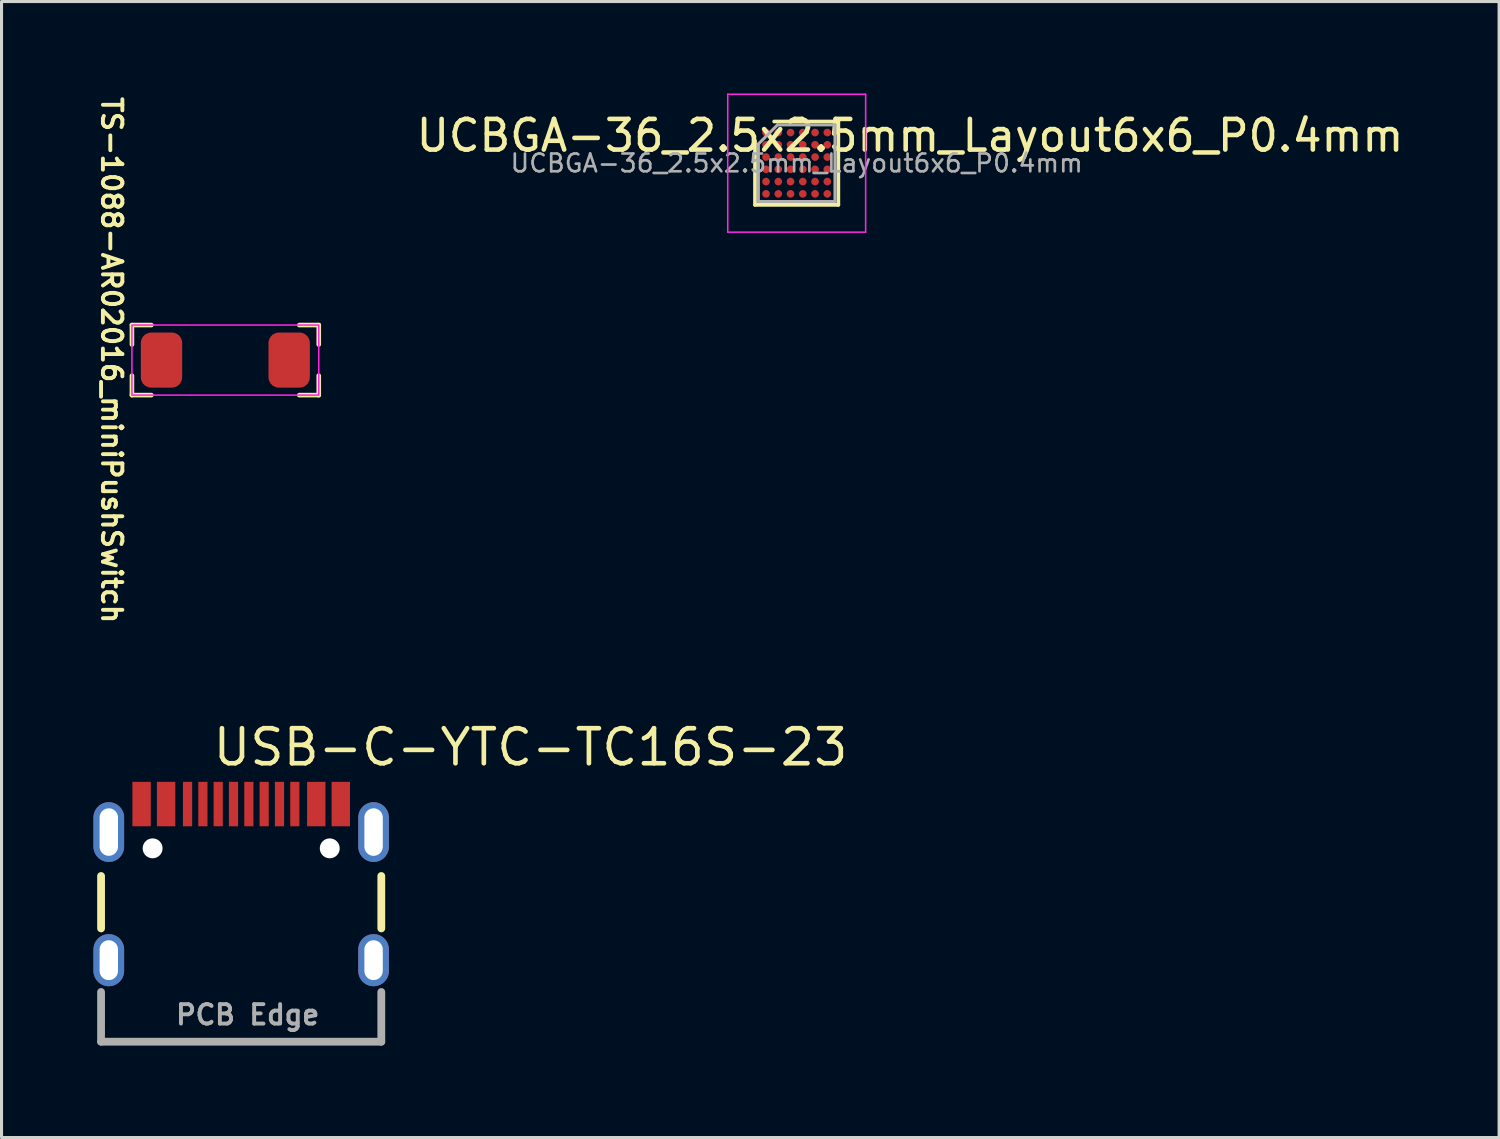
<source format=kicad_pcb>
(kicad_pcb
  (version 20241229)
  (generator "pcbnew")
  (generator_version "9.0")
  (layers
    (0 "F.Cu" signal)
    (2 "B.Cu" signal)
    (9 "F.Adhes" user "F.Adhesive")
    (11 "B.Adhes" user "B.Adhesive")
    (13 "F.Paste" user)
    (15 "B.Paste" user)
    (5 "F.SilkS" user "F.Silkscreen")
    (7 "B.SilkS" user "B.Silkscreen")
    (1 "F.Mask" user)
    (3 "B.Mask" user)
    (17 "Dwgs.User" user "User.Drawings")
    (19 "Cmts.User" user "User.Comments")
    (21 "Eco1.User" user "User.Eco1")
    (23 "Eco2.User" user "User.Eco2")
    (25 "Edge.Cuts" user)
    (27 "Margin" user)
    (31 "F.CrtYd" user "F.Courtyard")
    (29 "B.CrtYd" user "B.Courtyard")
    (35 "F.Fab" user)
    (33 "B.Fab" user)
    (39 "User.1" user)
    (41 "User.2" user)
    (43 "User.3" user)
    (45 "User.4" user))
  (footprint "UCBGA-36_2.5x2.5mm_Layout6x6_P0.4mm"
    (layer "F.Cu")
    (at 22.946 2.275)
    (property "Reference" "UCBGA-36_2.5x2.5mm_Layout6x6_P0.4mm" (at 3.7 -0.9 0) (unlocked yes) (layer "F.SilkS") (effects (font (size 1 1) (thickness 0.15))))
    (attr smd)
    (fp_line (start -1.36 1.36) (end -1.36 -0.735) (stroke (width 0.12) (type solid)) (layer "F.SilkS"))
    (fp_line (start -0.735 -1.36) (end 1.36 -1.36) (stroke (width 0.12) (type solid)) (layer "F.SilkS"))
    (fp_line (start 1.36 -1.36) (end 1.36 1.36) (stroke (width 0.12) (type solid)) (layer "F.SilkS"))
    (fp_line (start 1.36 1.36) (end -1.36 1.36) (stroke (width 0.12) (type solid)) (layer "F.SilkS"))
    (fp_line (start -2.25 -2.25) (end -2.25 2.25) (stroke (width 0.05) (type solid)) (layer "F.CrtYd"))
    (fp_line (start -2.25 2.25) (end 2.25 2.25) (stroke (width 0.05) (type solid)) (layer "F.CrtYd"))
    (fp_line (start 2.25 -2.25) (end -2.25 -2.25) (stroke (width 0.05) (type solid)) (layer "F.CrtYd"))
    (fp_line (start 2.25 2.25) (end 2.25 -2.25) (stroke (width 0.05) (type solid)) (layer "F.CrtYd"))
    (fp_line (start -1.25 -0.625) (end -0.625 -1.25) (stroke (width 0.1) (type solid)) (layer "F.Fab"))
    (fp_line (start -1.25 1.25) (end -1.25 -0.625) (stroke (width 0.1) (type solid)) (layer "F.Fab"))
    (fp_line (start -0.625 -1.25) (end 1.25 -1.25) (stroke (width 0.1) (type solid)) (layer "F.Fab"))
    (fp_line (start 1.25 -1.25) (end 1.25 1.25) (stroke (width 0.1) (type solid)) (layer "F.Fab"))
    (fp_line (start 1.25 1.25) (end -1.25 1.25) (stroke (width 0.1) (type solid)) (layer "F.Fab"))
    (fp_text user "${REFERENCE}" (at 0 0 0) (layer "F.Fab") (effects (font (size 0.58 0.58) (thickness 0.087))))
    (pad "A1" smd circle (at -1 -1) (size 0.25 0.25) (layers "F.Cu" "F.Paste"))
    (pad "A2" smd circle (at -0.6 -1) (size 0.25 0.25) (layers "F.Cu" "F.Paste"))
    (pad "A3" smd circle (at -0.2 -1) (size 0.25 0.25) (layers "F.Cu" "F.Paste"))
    (pad "A4" smd circle (at 0.2 -1) (size 0.25 0.25) (layers "F.Cu" "F.Paste"))
    (pad "A5" smd circle (at 0.6 -1) (size 0.25 0.25) (layers "F.Cu" "F.Paste"))
    (pad "A6" smd circle (at 1 -1) (size 0.25 0.25) (layers "F.Cu" "F.Paste"))
    (pad "B1" smd circle (at -1 -0.6) (size 0.25 0.25) (layers "F.Cu" "F.Paste"))
    (pad "B2" smd circle (at -0.6 -0.6) (size 0.25 0.25) (layers "F.Cu" "F.Paste"))
    (pad "B3" smd circle (at -0.2 -0.6) (size 0.25 0.25) (layers "F.Cu" "F.Paste"))
    (pad "B4" smd circle (at 0.2 -0.6) (size 0.25 0.25) (layers "F.Cu" "F.Paste"))
    (pad "B5" smd circle (at 0.6 -0.6) (size 0.25 0.25) (layers "F.Cu" "F.Paste"))
    (pad "B6" smd circle (at 1 -0.6) (size 0.25 0.25) (layers "F.Cu" "F.Paste"))
    (pad "C1" smd circle (at -1 -0.2) (size 0.25 0.25) (layers "F.Cu" "F.Paste"))
    (pad "C2" smd circle (at -0.6 -0.2) (size 0.25 0.25) (layers "F.Cu" "F.Paste"))
    (pad "C3" smd circle (at -0.2 -0.2) (size 0.25 0.25) (layers "F.Cu" "F.Paste"))
    (pad "C4" smd circle (at 0.2 -0.2) (size 0.25 0.25) (layers "F.Cu" "F.Paste"))
    (pad "C5" smd circle (at 0.6 -0.2) (size 0.25 0.25) (layers "F.Cu" "F.Paste"))
    (pad "C6" smd circle (at 1 -0.2) (size 0.25 0.25) (layers "F.Cu" "F.Paste"))
    (pad "D1" smd circle (at -1 0.2) (size 0.25 0.25) (layers "F.Cu" "F.Paste"))
    (pad "D2" smd circle (at -0.6 0.2) (size 0.25 0.25) (layers "F.Cu" "F.Paste"))
    (pad "D3" smd circle (at -0.2 0.2) (size 0.25 0.25) (layers "F.Cu" "F.Paste"))
    (pad "D4" smd circle (at 0.2 0.2) (size 0.25 0.25) (layers "F.Cu" "F.Paste"))
    (pad "D5" smd circle (at 0.6 0.2) (size 0.25 0.25) (layers "F.Cu" "F.Paste"))
    (pad "D6" smd circle (at 1 0.2) (size 0.25 0.25) (layers "F.Cu" "F.Paste"))
    (pad "E1" smd circle (at -1 0.6) (size 0.25 0.25) (layers "F.Cu" "F.Paste"))
    (pad "E2" smd circle (at -0.6 0.6) (size 0.25 0.25) (layers "F.Cu" "F.Paste"))
    (pad "E3" smd circle (at -0.2 0.6) (size 0.25 0.25) (layers "F.Cu" "F.Paste"))
    (pad "E4" smd circle (at 0.2 0.6) (size 0.25 0.25) (layers "F.Cu" "F.Paste"))
    (pad "E5" smd circle (at 0.6 0.6) (size 0.25 0.25) (layers "F.Cu" "F.Paste"))
    (pad "E6" smd circle (at 1 0.6) (size 0.25 0.25) (layers "F.Cu" "F.Paste"))
    (pad "F1" smd circle (at -1 1) (size 0.25 0.25) (layers "F.Cu" "F.Paste"))
    (pad "F2" smd circle (at -0.6 1) (size 0.25 0.25) (layers "F.Cu" "F.Paste"))
    (pad "F3" smd circle (at -0.2 1) (size 0.25 0.25) (layers "F.Cu" "F.Paste"))
    (pad "F4" smd circle (at 0.2 1) (size 0.25 0.25) (layers "F.Cu" "F.Paste"))
    (pad "F5" smd circle (at 0.6 1) (size 0.25 0.25) (layers "F.Cu" "F.Paste"))
    (pad "F6" smd circle (at 1 1) (size 0.25 0.25) (layers "F.Cu" "F.Paste")))
  (footprint "TS-1088-AR02016_miniPushSwitch"
    (layer "F.Cu")
    (at 4.303 8.7)
    (property "Reference" "TS-1088-AR02016_miniPushSwitch" (at -3.708 0 270) (unlocked yes) (layer "F.SilkS") (effects (font (size 0.635 0.635) (thickness 0.127))))
    (attr smd)
    (fp_line (start -3.048 -1.143) (end -3.048 -0.508) (stroke (width 0.15) (type default)) (layer "F.SilkS"))
    (fp_line (start -3.048 1.143) (end -3.048 0.508) (stroke (width 0.15) (type default)) (layer "F.SilkS"))
    (fp_line (start -2.413 -1.143) (end -3.048 -1.143) (stroke (width 0.15) (type default)) (layer "F.SilkS"))
    (fp_line (start -2.413 1.143) (end -3.048 1.143) (stroke (width 0.15) (type default)) (layer "F.SilkS"))
    (fp_line (start 2.413 -1.143) (end 3.048 -1.143) (stroke (width 0.15) (type default)) (layer "F.SilkS"))
    (fp_line (start 2.413 1.143) (end 3.048 1.143) (stroke (width 0.15) (type default)) (layer "F.SilkS"))
    (fp_line (start 3.048 -1.143) (end 3.048 -0.508) (stroke (width 0.15) (type default)) (layer "F.SilkS"))
    (fp_line (start 3.048 1.143) (end 3.048 0.508) (stroke (width 0.15) (type default)) (layer "F.SilkS"))
    (fp_rect (start -3.048 -1.143) (end 3.048 1.143) (stroke (width 0.05) (type default)) (fill no) (layer "F.CrtYd"))
    (pad "1" smd roundrect (at -2.083 0) (size 1.35 1.8) (layers "F.Cu" "F.Mask" "F.Paste") (roundrect_rratio 0.25))
    (pad "2" smd roundrect (at 2.083 0) (size 1.35 1.8) (layers "F.Cu" "F.Mask" "F.Paste") (roundrect_rratio 0.25)))
  (footprint "USB-C-YTC-TC16S-23"
    (layer "F.Cu")
    (at 4.82 25.734)
    (property "Reference" "USB-C-YTC-TC16S-23" (at -1 -4.4 0) (layer "F.SilkS") (effects (font (size 1.143 1.143) (thickness 0.152)) (justify left)))
    (attr smd)
    (fp_line (start -4.572 -0.2) (end -4.572 1.511) (stroke (width 0.254) (type solid)) (layer "F.SilkS"))
    (fp_line (start 4.572 1.511) (end 4.572 -0.2) (stroke (width 0.254) (type solid)) (layer "F.SilkS"))
    (fp_poly (pts (xy -3.55 -3.272) (xy -3.55 -1.822) (xy -2.95 -1.822) (xy -2.95 -3.272)) (stroke (width 0) (type solid)) (fill yes) (layer "F.Paste"))
    (fp_poly (pts (xy -2.75 -3.272) (xy -2.75 -1.822) (xy -2.15 -1.822) (xy -2.15 -3.272)) (stroke (width 0) (type solid)) (fill yes) (layer "F.Paste"))
    (fp_poly (pts (xy -1.6 -1.822) (xy -1.6 -3.272) (xy -1.9 -3.272) (xy -1.9 -1.822)) (stroke (width 0) (type solid)) (fill yes) (layer "F.Paste"))
    (fp_poly (pts (xy -1.1 -1.822) (xy -1.1 -3.272) (xy -1.4 -3.272) (xy -1.4 -1.822)) (stroke (width 0) (type solid)) (fill yes) (layer "F.Paste"))
    (fp_poly (pts (xy -0.6 -1.822) (xy -0.6 -3.272) (xy -0.9 -3.272) (xy -0.9 -1.822)) (stroke (width 0) (type solid)) (fill yes) (layer "F.Paste"))
    (fp_poly (pts (xy -0.1 -1.822) (xy -0.1 -3.272) (xy -0.4 -3.272) (xy -0.4 -1.822)) (stroke (width 0) (type solid)) (fill yes) (layer "F.Paste"))
    (fp_poly (pts (xy 0.4 -1.822) (xy 0.4 -3.272) (xy 0.1 -3.272) (xy 0.1 -1.822)) (stroke (width 0) (type solid)) (fill yes) (layer "F.Paste"))
    (fp_poly (pts (xy 0.9 -1.822) (xy 0.9 -3.272) (xy 0.6 -3.272) (xy 0.6 -1.822)) (stroke (width 0) (type solid)) (fill yes) (layer "F.Paste"))
    (fp_poly (pts (xy 1.4 -1.822) (xy 1.4 -3.272) (xy 1.1 -3.272) (xy 1.1 -1.822)) (stroke (width 0) (type solid)) (fill yes) (layer "F.Paste"))
    (fp_poly (pts (xy 1.6 -3.272) (xy 1.6 -1.822) (xy 1.9 -1.822) (xy 1.9 -3.272)) (stroke (width 0) (type solid)) (fill yes) (layer "F.Paste"))
    (fp_poly (pts (xy 2.15 -3.272) (xy 2.15 -1.822) (xy 2.75 -1.822) (xy 2.75 -3.272)) (stroke (width 0) (type solid)) (fill yes) (layer "F.Paste"))
    (fp_poly (pts (xy 2.95 -3.272) (xy 2.95 -1.822) (xy 3.55 -1.822) (xy 3.55 -3.272)) (stroke (width 0) (type solid)) (fill yes) (layer "F.Paste"))
    (fp_circle (center -2.89 -1.102) (end -2.763 -1.102) (stroke (width 0.254) (type solid)) (fill no) (layer "Cmts.User"))
    (fp_circle (center 2.89 -1.102) (end 3.017 -1.102) (stroke (width 0.254) (type solid)) (fill no) (layer "Cmts.User"))
    (fp_line (start -4.572 3.584) (end -4.572 5.207) (stroke (width 0.254) (type solid)) (layer "F.Fab"))
    (fp_line (start -4.572 5.207) (end 4.572 5.207) (stroke (width 0.254) (type solid)) (layer "F.Fab"))
    (fp_line (start 4.572 5.207) (end 4.572 3.584) (stroke (width 0.254) (type solid)) (layer "F.Fab"))
    (fp_text user "PCB Edge" (at -2.2 4.7 0) (unlocked yes) (layer "F.Fab") (effects (font (size 0.635 0.635) (thickness 0.127) (bold yes)) (justify left bottom)))
    (pad "" np_thru_hole circle (at -2.89 -1.102) (size 0.65 0.65) (drill 0.65) (layers "*.Cu" "*.Mask"))
    (pad "" np_thru_hole circle (at 2.89 -1.102) (size 0.65 0.65) (drill 0.65) (layers "*.Cu" "*.Mask"))
    (pad "A1B12" smd rect (at -3.25 -2.547) (size 0.6 1.45) (layers "F.Cu" "F.Mask" "F.Paste"))
    (pad "A4B9" smd rect (at -2.45 -2.547) (size 0.6 1.45) (layers "F.Cu" "F.Mask" "F.Paste"))
    (pad "A5" smd rect (at -1.25 -2.547) (size 0.3 1.45) (layers "F.Cu" "F.Mask" "F.Paste"))
    (pad "A6" smd rect (at -0.25 -2.547) (size 0.3 1.45) (layers "F.Cu" "F.Mask" "F.Paste"))
    (pad "A7" smd rect (at 0.25 -2.547) (size 0.3 1.45) (layers "F.Cu" "F.Mask" "F.Paste"))
    (pad "A8" smd rect (at 1.25 -2.547) (size 0.3 1.45) (layers "F.Cu" "F.Mask" "F.Paste"))
    (pad "A9B4" smd rect (at 2.45 -2.547) (size 0.6 1.45) (layers "F.Cu" "F.Mask" "F.Paste"))
    (pad "A12B1" smd rect (at 3.25 -2.547) (size 0.6 1.45) (layers "F.Cu" "F.Mask" "F.Paste"))
    (pad "B5" smd rect (at 1.75 -2.547) (size 0.3 1.45) (layers "F.Cu" "F.Mask" "F.Paste"))
    (pad "B6" smd rect (at 0.75 -2.547) (size 0.3 1.45) (layers "F.Cu" "F.Mask" "F.Paste"))
    (pad "B7" smd rect (at -0.75 -2.547) (size 0.3 1.45) (layers "F.Cu" "F.Mask" "F.Paste"))
    (pad "B8" smd rect (at -1.75 -2.547) (size 0.3 1.45) (layers "F.Cu" "F.Mask" "F.Paste"))
    (pad "S1" thru_hole oval (at -4.32 -1.633) (size 1 1.95) (drill oval 0.6 1.55) (layers "*.Cu" "*.Mask"))
    (pad "S1" thru_hole oval (at -4.32 2.547) (size 1 1.7) (drill oval 0.6 1.3) (layers "*.Cu" "*.Mask"))
    (pad "S1" thru_hole oval (at 4.32 -1.633) (size 1 1.95) (drill oval 0.6 1.55) (layers "*.Cu" "*.Mask"))
    (pad "S1" thru_hole oval (at 4.32 2.547) (size 1 1.7) (drill oval 0.6 1.3) (layers "*.Cu" "*.Mask")))
  (gr_rect
    (start -3 -3)
    (end 45.866 34.068)
    (stroke (width 0.1) (type default))
    (fill no)
    (layer "Edge.Cuts")))
</source>
